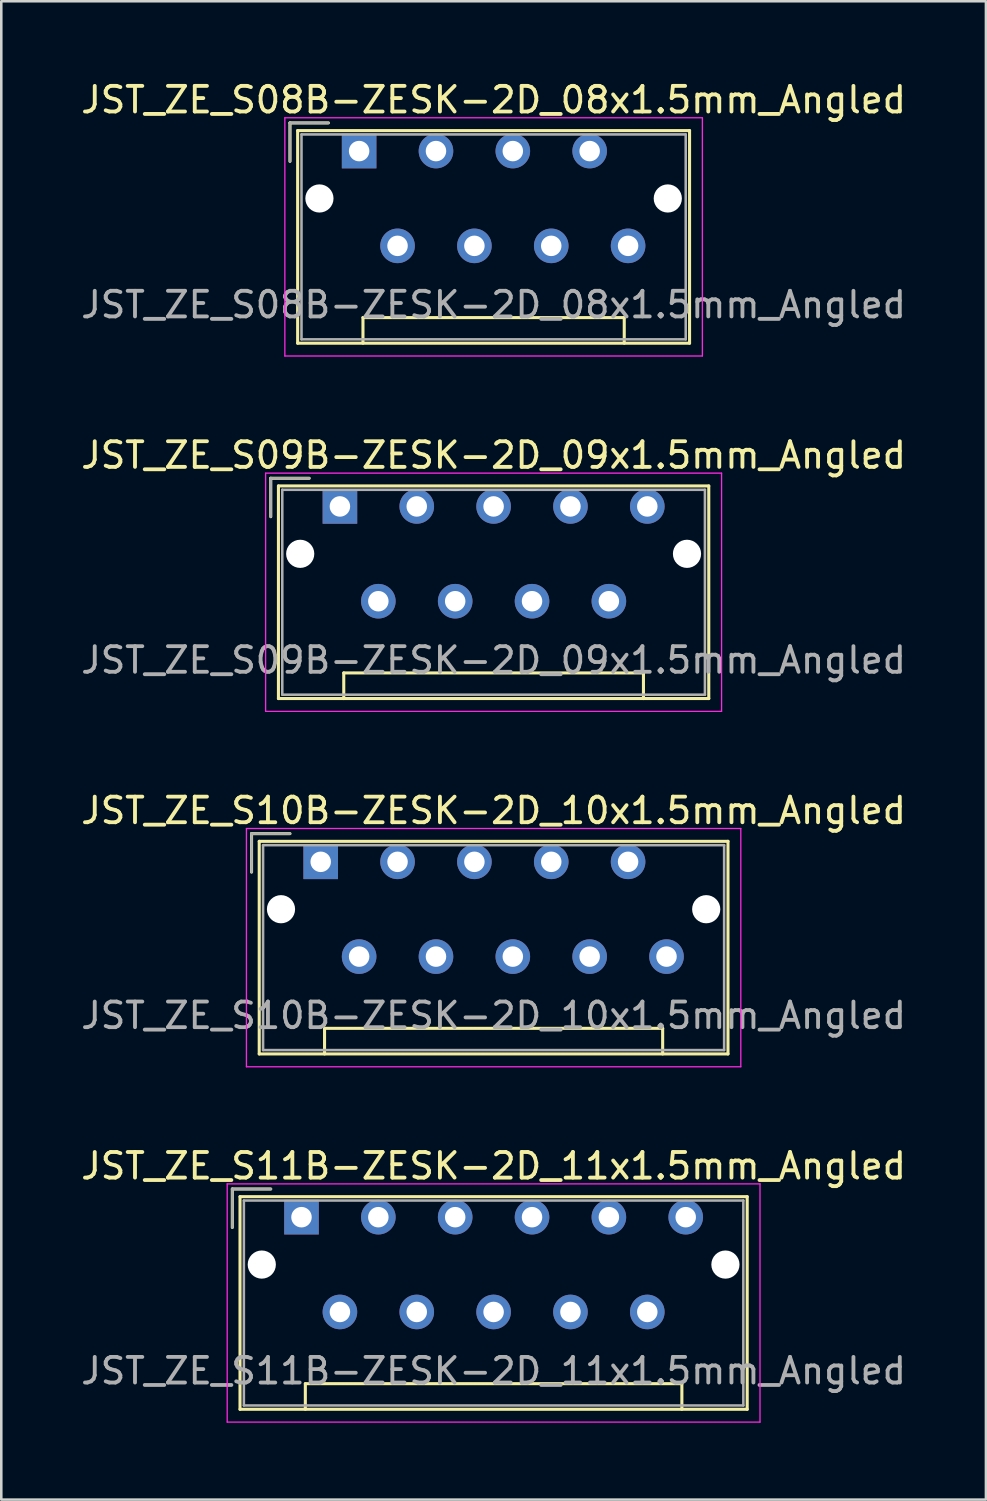
<source format=kicad_pcb>
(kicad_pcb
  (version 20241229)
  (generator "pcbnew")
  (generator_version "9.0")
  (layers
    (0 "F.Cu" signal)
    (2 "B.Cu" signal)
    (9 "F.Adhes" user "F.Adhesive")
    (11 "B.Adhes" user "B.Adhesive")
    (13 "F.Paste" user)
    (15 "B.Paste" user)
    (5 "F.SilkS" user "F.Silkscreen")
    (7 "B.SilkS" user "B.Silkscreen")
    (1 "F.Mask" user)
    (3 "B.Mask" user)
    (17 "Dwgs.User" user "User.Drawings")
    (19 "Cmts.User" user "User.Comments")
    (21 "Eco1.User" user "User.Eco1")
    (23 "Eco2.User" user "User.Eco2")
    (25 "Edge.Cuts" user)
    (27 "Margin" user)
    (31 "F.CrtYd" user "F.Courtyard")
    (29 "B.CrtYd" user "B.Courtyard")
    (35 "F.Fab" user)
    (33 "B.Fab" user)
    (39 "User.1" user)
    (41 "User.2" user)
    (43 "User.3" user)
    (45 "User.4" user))
  (footprint "JST_ZE_S09B-ZESK-2D_09x1.5mm_Angled"
    (layer "F.Cu")
    (at 10.22 16.721)
    (property "Reference" "JST_ZE_S09B-ZESK-2D_09x1.5mm_Angled" (at 6 -2 0) (layer "F.SilkS") (effects (font (size 1 1) (thickness 0.15))))
    (attr through_hole)
    (fp_line (start -2.7 -1.1) (end -1.2 -1.1) (stroke (width 0.12) (type solid)) (layer "F.SilkS"))
    (fp_line (start -2.7 0.4) (end -2.7 -1.1) (stroke (width 0.12) (type solid)) (layer "F.SilkS"))
    (fp_line (start -2.4 -0.8) (end -2.4 7.5) (stroke (width 0.12) (type solid)) (layer "F.SilkS"))
    (fp_line (start -2.4 7.5) (end 14.4 7.5) (stroke (width 0.12) (type solid)) (layer "F.SilkS"))
    (fp_line (start 0.15 6.5) (end 11.85 6.5) (stroke (width 0.12) (type solid)) (layer "F.SilkS"))
    (fp_line (start 0.15 7.5) (end 0.15 6.5) (stroke (width 0.12) (type solid)) (layer "F.SilkS"))
    (fp_line (start 11.85 6.5) (end 11.85 7.5) (stroke (width 0.12) (type solid)) (layer "F.SilkS"))
    (fp_line (start 14.4 -0.8) (end -2.4 -0.8) (stroke (width 0.12) (type solid)) (layer "F.SilkS"))
    (fp_line (start 14.4 7.5) (end 14.4 -0.8) (stroke (width 0.12) (type solid)) (layer "F.SilkS"))
    (fp_line (start -2.9 -1.3) (end -2.9 8) (stroke (width 0.05) (type solid)) (layer "F.CrtYd"))
    (fp_line (start -2.9 8) (end 14.9 8) (stroke (width 0.05) (type solid)) (layer "F.CrtYd"))
    (fp_line (start 14.9 -1.3) (end -2.9 -1.3) (stroke (width 0.05) (type solid)) (layer "F.CrtYd"))
    (fp_line (start 14.9 8) (end 14.9 -1.3) (stroke (width 0.05) (type solid)) (layer "F.CrtYd"))
    (fp_line (start -2.7 -1.1) (end -1.2 -1.1) (stroke (width 0.1) (type solid)) (layer "F.Fab"))
    (fp_line (start -2.7 0.4) (end -2.7 -1.1) (stroke (width 0.1) (type solid)) (layer "F.Fab"))
    (fp_line (start -2.25 -0.65) (end -2.25 7.35) (stroke (width 0.1) (type solid)) (layer "F.Fab"))
    (fp_line (start -2.25 7.35) (end 14.25 7.35) (stroke (width 0.1) (type solid)) (layer "F.Fab"))
    (fp_line (start 14.25 -0.65) (end -2.25 -0.65) (stroke (width 0.1) (type solid)) (layer "F.Fab"))
    (fp_line (start 14.25 7.35) (end 14.25 -0.65) (stroke (width 0.1) (type solid)) (layer "F.Fab"))
    (fp_text user "${REFERENCE}" (at 6 6 0) (layer "F.Fab") (effects (font (size 1 1) (thickness 0.15))))
    (pad "" np_thru_hole circle (at -1.55 1.85) (size 1.1 1.1) (drill 1.1) (layers "*.Cu"))
    (pad "" np_thru_hole circle (at 13.55 1.85) (size 1.1 1.1) (drill 1.1) (layers "*.Cu"))
    (pad "1" thru_hole rect (at 0 0) (size 1.35 1.35) (drill 0.8) (layers "*.Cu" "*.Mask"))
    (pad "2" thru_hole circle (at 1.5 3.7) (size 1.35 1.35) (drill 0.8) (layers "*.Cu" "*.Mask"))
    (pad "3" thru_hole circle (at 3 0) (size 1.35 1.35) (drill 0.8) (layers "*.Cu" "*.Mask"))
    (pad "4" thru_hole circle (at 4.5 3.7) (size 1.35 1.35) (drill 0.8) (layers "*.Cu" "*.Mask"))
    (pad "5" thru_hole circle (at 6 0) (size 1.35 1.35) (drill 0.8) (layers "*.Cu" "*.Mask"))
    (pad "6" thru_hole circle (at 7.5 3.7) (size 1.35 1.35) (drill 0.8) (layers "*.Cu" "*.Mask"))
    (pad "7" thru_hole circle (at 9 0) (size 1.35 1.35) (drill 0.8) (layers "*.Cu" "*.Mask"))
    (pad "8" thru_hole circle (at 10.5 3.7) (size 1.35 1.35) (drill 0.8) (layers "*.Cu" "*.Mask"))
    (pad "9" thru_hole circle (at 12 0) (size 1.35 1.35) (drill 0.8) (layers "*.Cu" "*.Mask")))
  (footprint "JST_ZE_S08B-ZESK-2D_08x1.5mm_Angled"
    (layer "F.Cu")
    (at 10.97 2.848)
    (property "Reference" "JST_ZE_S08B-ZESK-2D_08x1.5mm_Angled" (at 5.25 -2 0) (layer "F.SilkS") (effects (font (size 1 1) (thickness 0.15))))
    (attr through_hole)
    (fp_line (start -2.7 -1.1) (end -1.2 -1.1) (stroke (width 0.12) (type solid)) (layer "F.SilkS"))
    (fp_line (start -2.7 0.4) (end -2.7 -1.1) (stroke (width 0.12) (type solid)) (layer "F.SilkS"))
    (fp_line (start -2.4 -0.8) (end -2.4 7.5) (stroke (width 0.12) (type solid)) (layer "F.SilkS"))
    (fp_line (start -2.4 7.5) (end 12.9 7.5) (stroke (width 0.12) (type solid)) (layer "F.SilkS"))
    (fp_line (start 0.15 6.5) (end 10.35 6.5) (stroke (width 0.12) (type solid)) (layer "F.SilkS"))
    (fp_line (start 0.15 7.5) (end 0.15 6.5) (stroke (width 0.12) (type solid)) (layer "F.SilkS"))
    (fp_line (start 10.35 6.5) (end 10.35 7.5) (stroke (width 0.12) (type solid)) (layer "F.SilkS"))
    (fp_line (start 12.9 -0.8) (end -2.4 -0.8) (stroke (width 0.12) (type solid)) (layer "F.SilkS"))
    (fp_line (start 12.9 7.5) (end 12.9 -0.8) (stroke (width 0.12) (type solid)) (layer "F.SilkS"))
    (fp_line (start -2.9 -1.3) (end -2.9 8) (stroke (width 0.05) (type solid)) (layer "F.CrtYd"))
    (fp_line (start -2.9 8) (end 13.4 8) (stroke (width 0.05) (type solid)) (layer "F.CrtYd"))
    (fp_line (start 13.4 -1.3) (end -2.9 -1.3) (stroke (width 0.05) (type solid)) (layer "F.CrtYd"))
    (fp_line (start 13.4 8) (end 13.4 -1.3) (stroke (width 0.05) (type solid)) (layer "F.CrtYd"))
    (fp_line (start -2.7 -1.1) (end -1.2 -1.1) (stroke (width 0.1) (type solid)) (layer "F.Fab"))
    (fp_line (start -2.7 0.4) (end -2.7 -1.1) (stroke (width 0.1) (type solid)) (layer "F.Fab"))
    (fp_line (start -2.25 -0.65) (end -2.25 7.35) (stroke (width 0.1) (type solid)) (layer "F.Fab"))
    (fp_line (start -2.25 7.35) (end 12.75 7.35) (stroke (width 0.1) (type solid)) (layer "F.Fab"))
    (fp_line (start 12.75 -0.65) (end -2.25 -0.65) (stroke (width 0.1) (type solid)) (layer "F.Fab"))
    (fp_line (start 12.75 7.35) (end 12.75 -0.65) (stroke (width 0.1) (type solid)) (layer "F.Fab"))
    (fp_text user "${REFERENCE}" (at 5.25 6 0) (layer "F.Fab") (effects (font (size 1 1) (thickness 0.15))))
    (pad "" np_thru_hole circle (at -1.55 1.85) (size 1.1 1.1) (drill 1.1) (layers "*.Cu"))
    (pad "" np_thru_hole circle (at 12.05 1.85) (size 1.1 1.1) (drill 1.1) (layers "*.Cu"))
    (pad "1" thru_hole rect (at 0 0) (size 1.35 1.35) (drill 0.8) (layers "*.Cu" "*.Mask"))
    (pad "2" thru_hole circle (at 1.5 3.7) (size 1.35 1.35) (drill 0.8) (layers "*.Cu" "*.Mask"))
    (pad "3" thru_hole circle (at 3 0) (size 1.35 1.35) (drill 0.8) (layers "*.Cu" "*.Mask"))
    (pad "4" thru_hole circle (at 4.5 3.7) (size 1.35 1.35) (drill 0.8) (layers "*.Cu" "*.Mask"))
    (pad "5" thru_hole circle (at 6 0) (size 1.35 1.35) (drill 0.8) (layers "*.Cu" "*.Mask"))
    (pad "6" thru_hole circle (at 7.5 3.7) (size 1.35 1.35) (drill 0.8) (layers "*.Cu" "*.Mask"))
    (pad "7" thru_hole circle (at 9 0) (size 1.35 1.35) (drill 0.8) (layers "*.Cu" "*.Mask"))
    (pad "8" thru_hole circle (at 10.5 3.7) (size 1.35 1.35) (drill 0.8) (layers "*.Cu" "*.Mask")))
  (footprint "JST_ZE_S11B-ZESK-2D_11x1.5mm_Angled"
    (layer "F.Cu")
    (at 8.72 44.468)
    (property "Reference" "JST_ZE_S11B-ZESK-2D_11x1.5mm_Angled" (at 7.5 -2 0) (layer "F.SilkS") (effects (font (size 1 1) (thickness 0.15))))
    (attr through_hole)
    (fp_line (start -2.7 -1.1) (end -1.2 -1.1) (stroke (width 0.12) (type solid)) (layer "F.SilkS"))
    (fp_line (start -2.7 0.4) (end -2.7 -1.1) (stroke (width 0.12) (type solid)) (layer "F.SilkS"))
    (fp_line (start -2.4 -0.8) (end -2.4 7.5) (stroke (width 0.12) (type solid)) (layer "F.SilkS"))
    (fp_line (start -2.4 7.5) (end 17.4 7.5) (stroke (width 0.12) (type solid)) (layer "F.SilkS"))
    (fp_line (start 0.15 6.5) (end 14.85 6.5) (stroke (width 0.12) (type solid)) (layer "F.SilkS"))
    (fp_line (start 0.15 7.5) (end 0.15 6.5) (stroke (width 0.12) (type solid)) (layer "F.SilkS"))
    (fp_line (start 14.85 6.5) (end 14.85 7.5) (stroke (width 0.12) (type solid)) (layer "F.SilkS"))
    (fp_line (start 17.4 -0.8) (end -2.4 -0.8) (stroke (width 0.12) (type solid)) (layer "F.SilkS"))
    (fp_line (start 17.4 7.5) (end 17.4 -0.8) (stroke (width 0.12) (type solid)) (layer "F.SilkS"))
    (fp_line (start -2.9 -1.3) (end -2.9 8) (stroke (width 0.05) (type solid)) (layer "F.CrtYd"))
    (fp_line (start -2.9 8) (end 17.9 8) (stroke (width 0.05) (type solid)) (layer "F.CrtYd"))
    (fp_line (start 17.9 -1.3) (end -2.9 -1.3) (stroke (width 0.05) (type solid)) (layer "F.CrtYd"))
    (fp_line (start 17.9 8) (end 17.9 -1.3) (stroke (width 0.05) (type solid)) (layer "F.CrtYd"))
    (fp_line (start -2.7 -1.1) (end -1.2 -1.1) (stroke (width 0.1) (type solid)) (layer "F.Fab"))
    (fp_line (start -2.7 0.4) (end -2.7 -1.1) (stroke (width 0.1) (type solid)) (layer "F.Fab"))
    (fp_line (start -2.25 -0.65) (end -2.25 7.35) (stroke (width 0.1) (type solid)) (layer "F.Fab"))
    (fp_line (start -2.25 7.35) (end 17.25 7.35) (stroke (width 0.1) (type solid)) (layer "F.Fab"))
    (fp_line (start 17.25 -0.65) (end -2.25 -0.65) (stroke (width 0.1) (type solid)) (layer "F.Fab"))
    (fp_line (start 17.25 7.35) (end 17.25 -0.65) (stroke (width 0.1) (type solid)) (layer "F.Fab"))
    (fp_text user "${REFERENCE}" (at 7.5 6 0) (layer "F.Fab") (effects (font (size 1 1) (thickness 0.15))))
    (pad "" np_thru_hole circle (at -1.55 1.85) (size 1.1 1.1) (drill 1.1) (layers "*.Cu"))
    (pad "" np_thru_hole circle (at 16.55 1.85) (size 1.1 1.1) (drill 1.1) (layers "*.Cu"))
    (pad "1" thru_hole rect (at 0 0) (size 1.35 1.35) (drill 0.8) (layers "*.Cu" "*.Mask"))
    (pad "2" thru_hole circle (at 1.5 3.7) (size 1.35 1.35) (drill 0.8) (layers "*.Cu" "*.Mask"))
    (pad "3" thru_hole circle (at 3 0) (size 1.35 1.35) (drill 0.8) (layers "*.Cu" "*.Mask"))
    (pad "4" thru_hole circle (at 4.5 3.7) (size 1.35 1.35) (drill 0.8) (layers "*.Cu" "*.Mask"))
    (pad "5" thru_hole circle (at 6 0) (size 1.35 1.35) (drill 0.8) (layers "*.Cu" "*.Mask"))
    (pad "6" thru_hole circle (at 7.5 3.7) (size 1.35 1.35) (drill 0.8) (layers "*.Cu" "*.Mask"))
    (pad "7" thru_hole circle (at 9 0) (size 1.35 1.35) (drill 0.8) (layers "*.Cu" "*.Mask"))
    (pad "8" thru_hole circle (at 10.5 3.7) (size 1.35 1.35) (drill 0.8) (layers "*.Cu" "*.Mask"))
    (pad "9" thru_hole circle (at 12 0) (size 1.35 1.35) (drill 0.8) (layers "*.Cu" "*.Mask"))
    (pad "10" thru_hole circle (at 13.5 3.7) (size 1.35 1.35) (drill 0.8) (layers "*.Cu" "*.Mask"))
    (pad "11" thru_hole circle (at 15 0) (size 1.35 1.35) (drill 0.8) (layers "*.Cu" "*.Mask")))
  (footprint "JST_ZE_S10B-ZESK-2D_10x1.5mm_Angled"
    (layer "F.Cu")
    (at 9.47 30.595)
    (property "Reference" "JST_ZE_S10B-ZESK-2D_10x1.5mm_Angled" (at 6.75 -2 0) (layer "F.SilkS") (effects (font (size 1 1) (thickness 0.15))))
    (attr through_hole)
    (fp_line (start -2.7 -1.1) (end -1.2 -1.1) (stroke (width 0.12) (type solid)) (layer "F.SilkS"))
    (fp_line (start -2.7 0.4) (end -2.7 -1.1) (stroke (width 0.12) (type solid)) (layer "F.SilkS"))
    (fp_line (start -2.4 -0.8) (end -2.4 7.5) (stroke (width 0.12) (type solid)) (layer "F.SilkS"))
    (fp_line (start -2.4 7.5) (end 15.9 7.5) (stroke (width 0.12) (type solid)) (layer "F.SilkS"))
    (fp_line (start 0.15 6.5) (end 13.35 6.5) (stroke (width 0.12) (type solid)) (layer "F.SilkS"))
    (fp_line (start 0.15 7.5) (end 0.15 6.5) (stroke (width 0.12) (type solid)) (layer "F.SilkS"))
    (fp_line (start 13.35 6.5) (end 13.35 7.5) (stroke (width 0.12) (type solid)) (layer "F.SilkS"))
    (fp_line (start 15.9 -0.8) (end -2.4 -0.8) (stroke (width 0.12) (type solid)) (layer "F.SilkS"))
    (fp_line (start 15.9 7.5) (end 15.9 -0.8) (stroke (width 0.12) (type solid)) (layer "F.SilkS"))
    (fp_line (start -2.9 -1.3) (end -2.9 8) (stroke (width 0.05) (type solid)) (layer "F.CrtYd"))
    (fp_line (start -2.9 8) (end 16.4 8) (stroke (width 0.05) (type solid)) (layer "F.CrtYd"))
    (fp_line (start 16.4 -1.3) (end -2.9 -1.3) (stroke (width 0.05) (type solid)) (layer "F.CrtYd"))
    (fp_line (start 16.4 8) (end 16.4 -1.3) (stroke (width 0.05) (type solid)) (layer "F.CrtYd"))
    (fp_line (start -2.7 -1.1) (end -1.2 -1.1) (stroke (width 0.1) (type solid)) (layer "F.Fab"))
    (fp_line (start -2.7 0.4) (end -2.7 -1.1) (stroke (width 0.1) (type solid)) (layer "F.Fab"))
    (fp_line (start -2.25 -0.65) (end -2.25 7.35) (stroke (width 0.1) (type solid)) (layer "F.Fab"))
    (fp_line (start -2.25 7.35) (end 15.75 7.35) (stroke (width 0.1) (type solid)) (layer "F.Fab"))
    (fp_line (start 15.75 -0.65) (end -2.25 -0.65) (stroke (width 0.1) (type solid)) (layer "F.Fab"))
    (fp_line (start 15.75 7.35) (end 15.75 -0.65) (stroke (width 0.1) (type solid)) (layer "F.Fab"))
    (fp_text user "${REFERENCE}" (at 6.75 6 0) (layer "F.Fab") (effects (font (size 1 1) (thickness 0.15))))
    (pad "" np_thru_hole circle (at -1.55 1.85) (size 1.1 1.1) (drill 1.1) (layers "*.Cu"))
    (pad "" np_thru_hole circle (at 15.05 1.85) (size 1.1 1.1) (drill 1.1) (layers "*.Cu"))
    (pad "1" thru_hole rect (at 0 0) (size 1.35 1.35) (drill 0.8) (layers "*.Cu" "*.Mask"))
    (pad "2" thru_hole circle (at 1.5 3.7) (size 1.35 1.35) (drill 0.8) (layers "*.Cu" "*.Mask"))
    (pad "3" thru_hole circle (at 3 0) (size 1.35 1.35) (drill 0.8) (layers "*.Cu" "*.Mask"))
    (pad "4" thru_hole circle (at 4.5 3.7) (size 1.35 1.35) (drill 0.8) (layers "*.Cu" "*.Mask"))
    (pad "5" thru_hole circle (at 6 0) (size 1.35 1.35) (drill 0.8) (layers "*.Cu" "*.Mask"))
    (pad "6" thru_hole circle (at 7.5 3.7) (size 1.35 1.35) (drill 0.8) (layers "*.Cu" "*.Mask"))
    (pad "7" thru_hole circle (at 9 0) (size 1.35 1.35) (drill 0.8) (layers "*.Cu" "*.Mask"))
    (pad "8" thru_hole circle (at 10.5 3.7) (size 1.35 1.35) (drill 0.8) (layers "*.Cu" "*.Mask"))
    (pad "9" thru_hole circle (at 12 0) (size 1.35 1.35) (drill 0.8) (layers "*.Cu" "*.Mask"))
    (pad "10" thru_hole circle (at 13.5 3.7) (size 1.35 1.35) (drill 0.8) (layers "*.Cu" "*.Mask")))
  (gr_rect
    (start -3 -3)
    (end 35.44 55.493)
    (stroke (width 0.1) (type default))
    (fill no)
    (layer "Edge.Cuts")))
</source>
